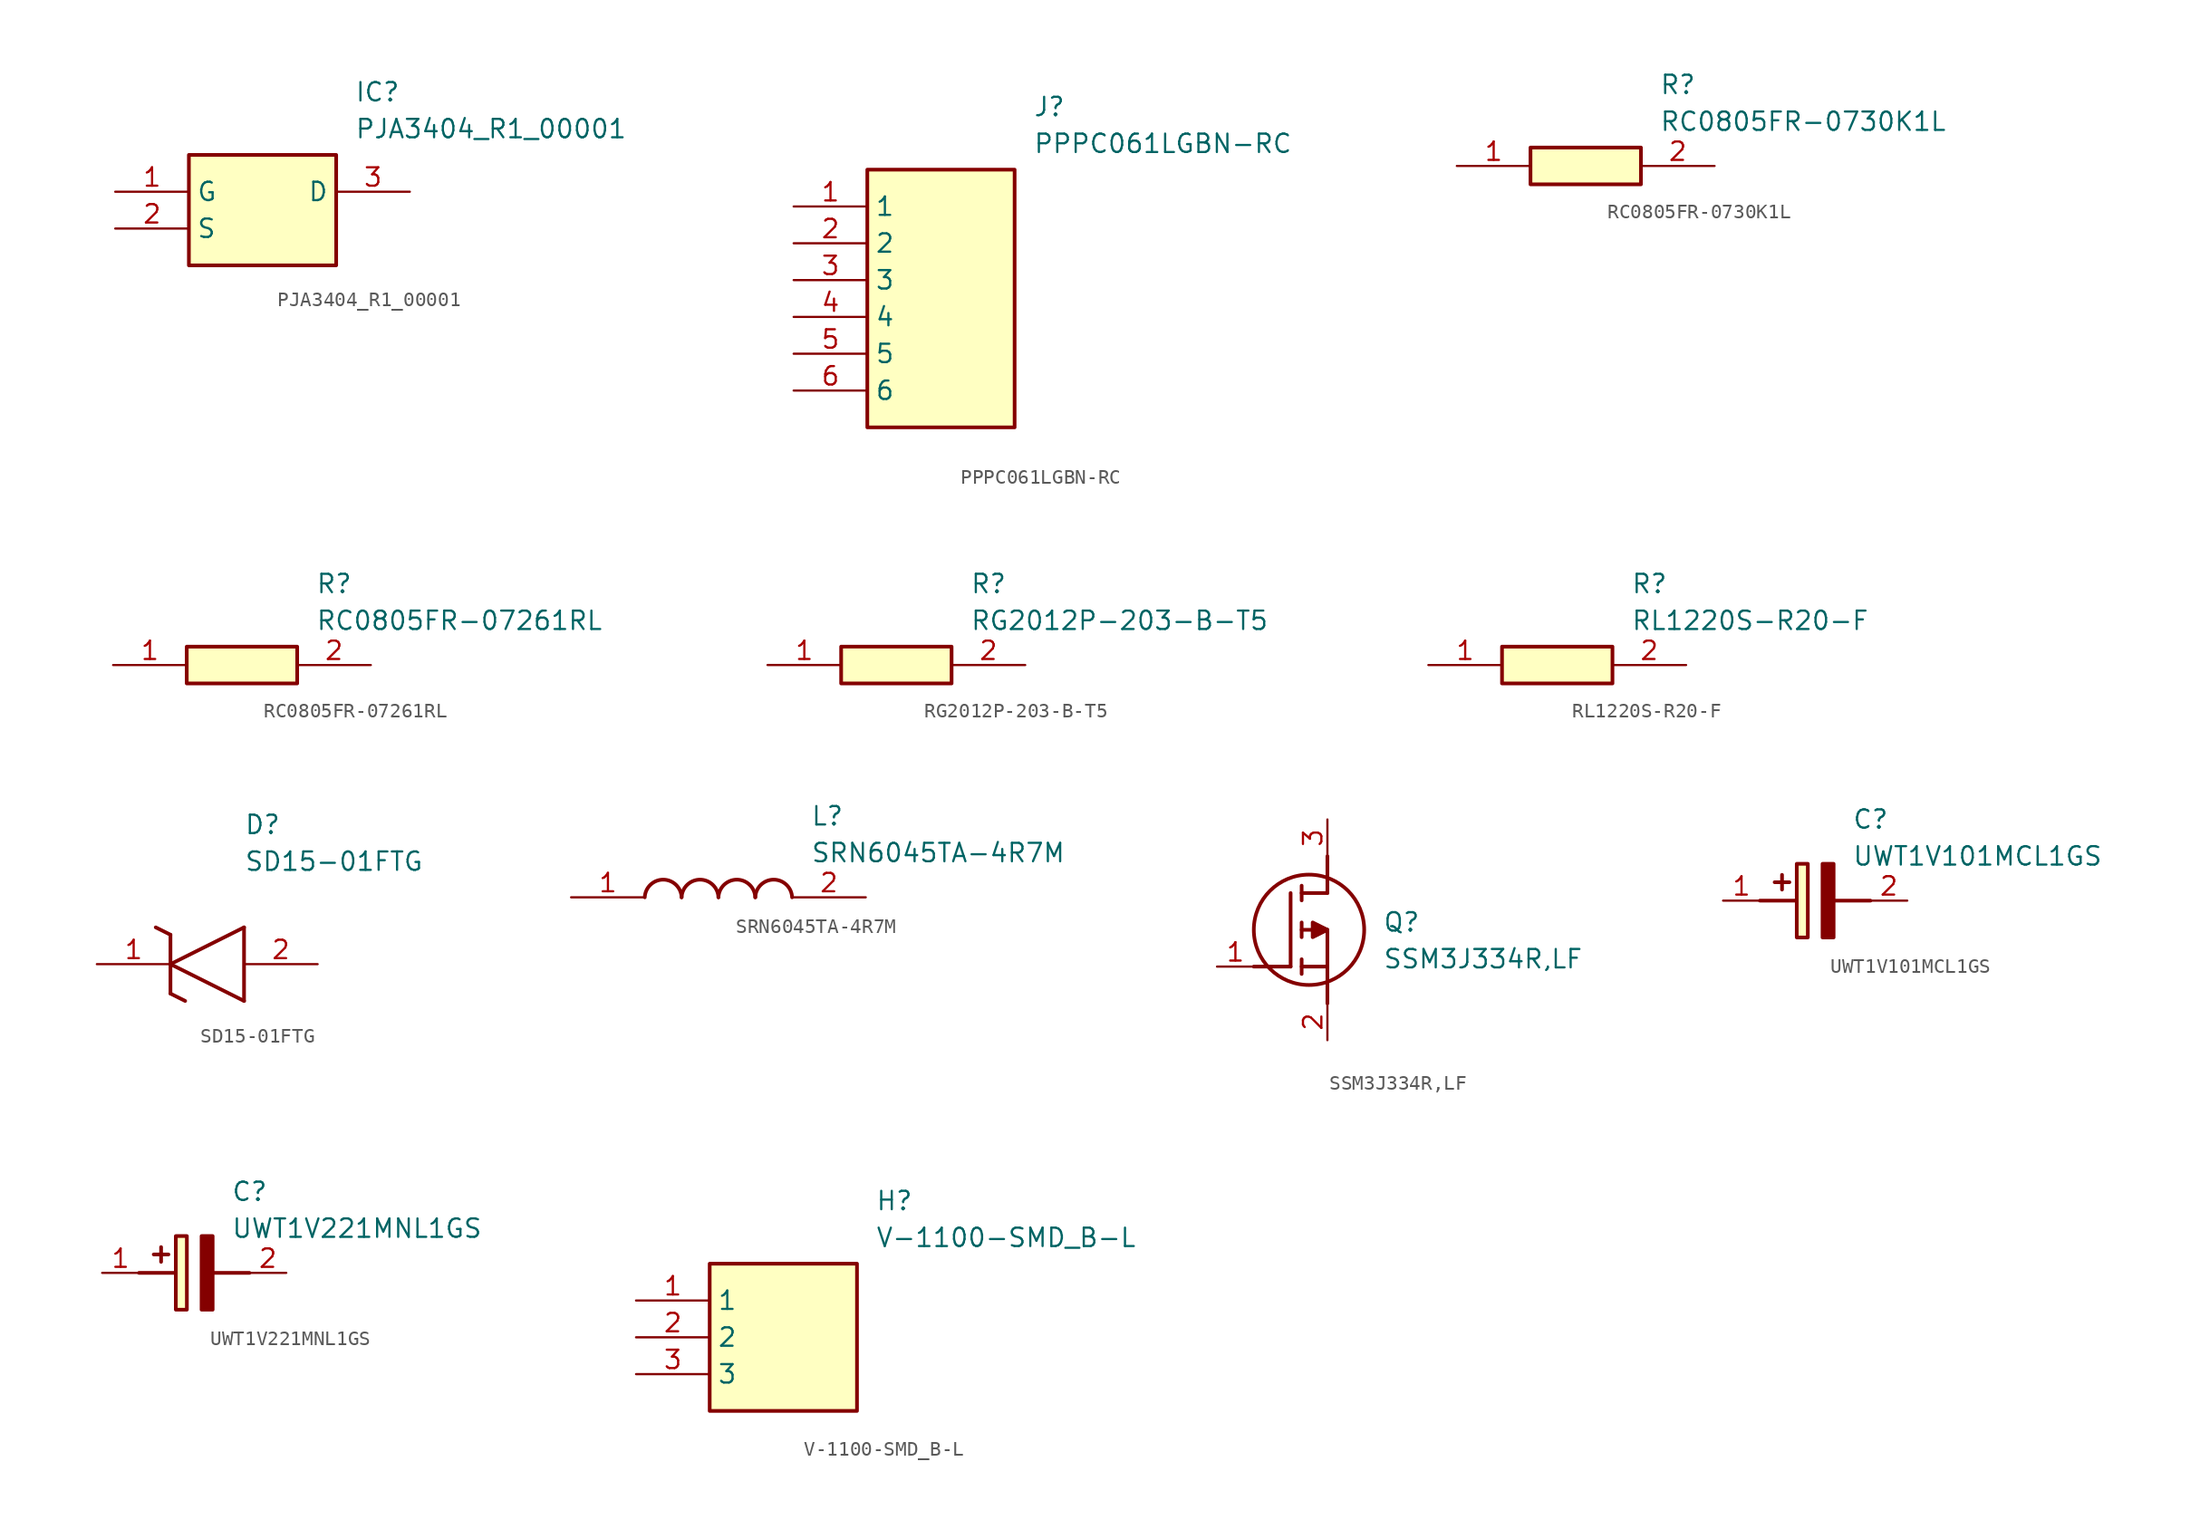
<source format=kicad_sym>
(kicad_symbol_lib
  (version 20241209)
  (generator "kicad_symbol_editor")
  (generator_version "9.0")
  (symbol "PJA3404_R1_00001"
    (property "Reference" "IC"
      (at 16.51 7.62 0)
      (effects (font (size 1.27 1.27)) (justify left top)))
    (property "Value" "PJA3404_R1_00001"
      (at 16.51 5.08 0)
      (effects (font (size 1.27 1.27)) (justify left top)))
    (symbol "PJA3404_R1_00001_1_1"
      (rectangle (start 5.08 2.54) (end 15.24 -5.08) (stroke (width 0.254) (type default)) (fill (type background)))
      (pin passive line (at 0 0 0) (length 5.08) (name "G" (effects (font (size 1.27 1.27)))) (number "1" (effects (font (size 1.27 1.27)))))
      (pin passive line (at 0 -2.54 0) (length 5.08) (name "S" (effects (font (size 1.27 1.27)))) (number "2" (effects (font (size 1.27 1.27)))))
      (pin passive line (at 20.32 0 180) (length 5.08) (name "D" (effects (font (size 1.27 1.27)))) (number "3" (effects (font (size 1.27 1.27)))))))
  (symbol "PPPC061LGBN-RC"
    (property "Reference" "J"
      (at 16.51 7.62 0)
      (effects (font (size 1.27 1.27)) (justify left top)))
    (property "Value" "PPPC061LGBN-RC"
      (at 16.51 5.08 0)
      (effects (font (size 1.27 1.27)) (justify left top)))
    (rectangle
      (start 5.08 2.54)
      (end 15.24 -15.24)
      (stroke (width 0.254) (type default))
      (fill (type background)))
    (pin passive line
      (at 0 0 0)
      (length 5.08)
      (name "1" (effects (font (size 1.27 1.27))))
      (number "1" (effects (font (size 1.27 1.27)))))
    (pin passive line
      (at 0 -2.54 0)
      (length 5.08)
      (name "2" (effects (font (size 1.27 1.27))))
      (number "2" (effects (font (size 1.27 1.27)))))
    (pin passive line
      (at 0 -5.08 0)
      (length 5.08)
      (name "3" (effects (font (size 1.27 1.27))))
      (number "3" (effects (font (size 1.27 1.27)))))
    (pin passive line
      (at 0 -7.62 0)
      (length 5.08)
      (name "4" (effects (font (size 1.27 1.27))))
      (number "4" (effects (font (size 1.27 1.27)))))
    (pin passive line
      (at 0 -10.16 0)
      (length 5.08)
      (name "5" (effects (font (size 1.27 1.27))))
      (number "5" (effects (font (size 1.27 1.27)))))
    (pin passive line
      (at 0 -12.7 0)
      (length 5.08)
      (name "6" (effects (font (size 1.27 1.27))))
      (number "6" (effects (font (size 1.27 1.27))))))
  (symbol "RC0805FR-0730K1L"
    (pin_names
      (hide yes))
    (property "Reference" "R"
      (at 13.97 6.35 0)
      (effects (font (size 1.27 1.27)) (justify left top)))
    (property "Value" "RC0805FR-0730K1L"
      (at 13.97 3.81 0)
      (effects (font (size 1.27 1.27)) (justify left top)))
    (symbol "RC0805FR-0730K1L_1_1"
      (rectangle (start 5.08 1.27) (end 12.7 -1.27) (stroke (width 0.254) (type default)) (fill (type background)))
      (pin passive line (at 0 0 0) (length 5.08) (name "1" (effects (font (size 1.27 1.27)))) (number "1" (effects (font (size 1.27 1.27)))))
      (pin passive line (at 17.78 0 180) (length 5.08) (name "2" (effects (font (size 1.27 1.27)))) (number "2" (effects (font (size 1.27 1.27)))))))
  (symbol "RC0805FR-07261RL"
    (pin_names
      (hide yes))
    (property "Reference" "R"
      (at 13.97 6.35 0)
      (effects (font (size 1.27 1.27)) (justify left top)))
    (property "Value" "RC0805FR-07261RL"
      (at 13.97 3.81 0)
      (effects (font (size 1.27 1.27)) (justify left top)))
    (symbol "RC0805FR-07261RL_1_1"
      (rectangle (start 5.08 1.27) (end 12.7 -1.27) (stroke (width 0.254) (type default)) (fill (type background)))
      (pin passive line (at 0 0 0) (length 5.08) (name "1" (effects (font (size 1.27 1.27)))) (number "1" (effects (font (size 1.27 1.27)))))
      (pin passive line (at 17.78 0 180) (length 5.08) (name "2" (effects (font (size 1.27 1.27)))) (number "2" (effects (font (size 1.27 1.27)))))))
  (symbol "RG2012P-203-B-T5"
    (pin_names
      (hide yes))
    (property "Reference" "R"
      (at 13.97 6.35 0)
      (effects (font (size 1.27 1.27)) (justify left top)))
    (property "Value" "RG2012P-203-B-T5"
      (at 13.97 3.81 0)
      (effects (font (size 1.27 1.27)) (justify left top)))
    (symbol "RG2012P-203-B-T5_1_1"
      (rectangle (start 5.08 1.27) (end 12.7 -1.27) (stroke (width 0.254) (type default)) (fill (type background)))
      (pin passive line (at 0 0 0) (length 5.08) (name "1" (effects (font (size 1.27 1.27)))) (number "1" (effects (font (size 1.27 1.27)))))
      (pin passive line (at 17.78 0 180) (length 5.08) (name "2" (effects (font (size 1.27 1.27)))) (number "2" (effects (font (size 1.27 1.27)))))))
  (symbol "RL1220S-R20-F"
    (pin_names
      (hide yes))
    (property "Reference" "R"
      (at 13.97 6.35 0)
      (effects (font (size 1.27 1.27)) (justify left top)))
    (property "Value" "RL1220S-R20-F"
      (at 13.97 3.81 0)
      (effects (font (size 1.27 1.27)) (justify left top)))
    (symbol "RL1220S-R20-F_1_1"
      (rectangle (start 5.08 1.27) (end 12.7 -1.27) (stroke (width 0.254) (type default)) (fill (type background)))
      (pin passive line (at 0 0 0) (length 5.08) (name "R1" (effects (font (size 1.27 1.27)))) (number "1" (effects (font (size 1.27 1.27)))))
      (pin passive line (at 17.78 0 180) (length 5.08) (name "R2" (effects (font (size 1.27 1.27)))) (number "2" (effects (font (size 1.27 1.27)))))))
  (symbol "SD15-01FTG"
    (pin_names
      (hide yes))
    (property "Reference" "D"
      (at 10.16 8.89 0)
      (effects (font (size 1.27 1.27)) (justify left bottom)))
    (property "Value" "SD15-01FTG"
      (at 10.16 6.35 0)
      (effects (font (size 1.27 1.27)) (justify left bottom)))
    (symbol "SD15-01FTG_1_1"
      (polyline (pts (xy 4.064 2.54) (xy 5.08 2.032)) (stroke (width 0.254) (type default)) (fill (type none)))
      (polyline (pts (xy 5.08 0) (xy 10.16 2.54)) (stroke (width 0.254) (type default)) (fill (type none)))
      (polyline (pts (xy 5.08 -2.032) (xy 5.08 2.032)) (stroke (width 0.254) (type default)) (fill (type none)))
      (polyline (pts (xy 5.08 -2.032) (xy 6.096 -2.54)) (stroke (width 0.254) (type default)) (fill (type none)))
      (polyline (pts (xy 10.16 -2.54) (xy 5.08 0)) (stroke (width 0.254) (type default)) (fill (type none)))
      (polyline (pts (xy 10.16 -2.54) (xy 10.16 2.54)) (stroke (width 0.254) (type default)) (fill (type none)))
      (pin passive line (at 0 0 0) (length 5.08) (name "K" (effects (font (size 1.27 1.27)))) (number "1" (effects (font (size 1.27 1.27)))))
      (pin passive line (at 15.24 0 180) (length 5.08) (name "A" (effects (font (size 1.27 1.27)))) (number "2" (effects (font (size 1.27 1.27)))))))
  (symbol "SRN6045TA-4R7M"
    (pin_names
      (hide yes))
    (property "Reference" "L"
      (at 16.51 6.35 0)
      (effects (font (size 1.27 1.27)) (justify left top)))
    (property "Value" "SRN6045TA-4R7M"
      (at 16.51 3.81 0)
      (effects (font (size 1.27 1.27)) (justify left top)))
    (symbol "SRN6045TA-4R7M_1_1"
      (arc (start 5.08 0) (mid 6.35 1.219) (end 7.62 0) (stroke (width 0.254) (type default)) (fill (type none)))
      (arc (start 7.62 0) (mid 8.89 1.219) (end 10.16 0) (stroke (width 0.254) (type default)) (fill (type none)))
      (arc (start 10.16 0) (mid 11.43 1.219) (end 12.7 0) (stroke (width 0.254) (type default)) (fill (type none)))
      (arc (start 12.7 0) (mid 13.97 1.219) (end 15.24 0) (stroke (width 0.254) (type default)) (fill (type none)))
      (pin passive line (at 0 0 0) (length 5.08) (name "1" (effects (font (size 1.27 1.27)))) (number "1" (effects (font (size 1.27 1.27)))))
      (pin passive line (at 20.32 0 180) (length 5.08) (name "2" (effects (font (size 1.27 1.27)))) (number "2" (effects (font (size 1.27 1.27)))))))
  (symbol "SSM3J334R,LF"
    (pin_names
      (hide yes))
    (property "Reference" "Q"
      (at 11.43 3.81 0)
      (effects (font (size 1.27 1.27)) (justify left top)))
    (property "Value" "SSM3J334R,LF"
      (at 11.43 1.27 0)
      (effects (font (size 1.27 1.27)) (justify left top)))
    (symbol "SSM3J334R,LF_1_1"
      (polyline (pts (xy 2.54 0) (xy 5.08 0)) (stroke (width 0.254) (type default)) (fill (type none)))
      (polyline (pts (xy 5.08 5.08) (xy 5.08 0)) (stroke (width 0.254) (type default)) (fill (type none)))
      (polyline (pts (xy 5.842 5.588) (xy 5.842 4.572)) (stroke (width 0.254) (type default)) (fill (type none)))
      (polyline (pts (xy 5.842 2.032) (xy 5.842 3.048)) (stroke (width 0.254) (type default)) (fill (type none)))
      (polyline (pts (xy 5.842 0) (xy 7.62 0)) (stroke (width 0.254) (type default)) (fill (type none)))
      (polyline (pts (xy 5.842 -0.508) (xy 5.842 0.508)) (stroke (width 0.254) (type default)) (fill (type none)))
      (circle (center 6.35 2.54) (radius 3.81) (stroke (width 0.254) (type default)) (fill (type none)))
      (polyline (pts (xy 7.62 5.08) (xy 5.842 5.08)) (stroke (width 0.254) (type default)) (fill (type none)))
      (polyline (pts (xy 7.62 5.08) (xy 7.62 7.62)) (stroke (width 0.254) (type default)) (fill (type none)))
      (polyline (pts (xy 7.62 2.54) (xy 5.842 2.54)) (stroke (width 0.254) (type default)) (fill (type none)))
      (polyline (pts (xy 7.62 2.54) (xy 7.62 -2.54)) (stroke (width 0.254) (type default)) (fill (type none)))
      (polyline (pts (xy 7.62 2.54) (xy 6.604 3.048) (xy 6.604 2.032) (xy 7.62 2.54)) (stroke (width 0.254) (type default)) (fill (type outline)))
      (pin passive line (at 0 0 0) (length 2.54) (name "G" (effects (font (size 1.27 1.27)))) (number "1" (effects (font (size 1.27 1.27)))))
      (pin passive line (at 7.62 10.16 270) (length 2.54) (name "D" (effects (font (size 1.27 1.27)))) (number "3" (effects (font (size 1.27 1.27)))))
      (pin passive line (at 7.62 -5.08 90) (length 2.54) (name "S" (effects (font (size 1.27 1.27)))) (number "2" (effects (font (size 1.27 1.27)))))))
  (symbol "UWT1V101MCL1GS"
    (pin_names
      (hide yes))
    (property "Reference" "C"
      (at 8.89 6.35 0)
      (effects (font (size 1.27 1.27)) (justify left top)))
    (property "Value" "UWT1V101MCL1GS"
      (at 8.89 3.81 0)
      (effects (font (size 1.27 1.27)) (justify left top)))
    (symbol "UWT1V101MCL1GS_1_1"
      (polyline (pts (xy 2.54 0) (xy 5.08 0)) (stroke (width 0.254) (type default)) (fill (type none)))
      (polyline (pts (xy 4.064 1.778) (xy 4.064 0.762)) (stroke (width 0.254) (type default)) (fill (type none)))
      (polyline (pts (xy 4.572 1.27) (xy 3.556 1.27)) (stroke (width 0.254) (type default)) (fill (type none)))
      (rectangle (start 5.08 2.54) (end 5.842 -2.54) (stroke (width 0.254) (type default)) (fill (type background)))
      (polyline (pts (xy 7.62 2.54) (xy 7.62 -2.54) (xy 6.858 -2.54) (xy 6.858 2.54) (xy 7.62 2.54)) (stroke (width 0.254) (type default)) (fill (type outline)))
      (polyline (pts (xy 7.62 0) (xy 10.16 0)) (stroke (width 0.254) (type default)) (fill (type none)))
      (pin passive line (at 0 0 0) (length 2.54) (name "+" (effects (font (size 1.27 1.27)))) (number "1" (effects (font (size 1.27 1.27)))))
      (pin passive line (at 12.7 0 180) (length 2.54) (name "-" (effects (font (size 1.27 1.27)))) (number "2" (effects (font (size 1.27 1.27)))))))
  (symbol "UWT1V221MNL1GS"
    (pin_names
      (hide yes))
    (property "Reference" "C"
      (at 8.89 6.35 0)
      (effects (font (size 1.27 1.27)) (justify left top)))
    (property "Value" "UWT1V221MNL1GS"
      (at 8.89 3.81 0)
      (effects (font (size 1.27 1.27)) (justify left top)))
    (symbol "UWT1V221MNL1GS_1_1"
      (polyline (pts (xy 2.54 0) (xy 5.08 0)) (stroke (width 0.254) (type default)) (fill (type none)))
      (polyline (pts (xy 4.064 1.778) (xy 4.064 0.762)) (stroke (width 0.254) (type default)) (fill (type none)))
      (polyline (pts (xy 4.572 1.27) (xy 3.556 1.27)) (stroke (width 0.254) (type default)) (fill (type none)))
      (rectangle (start 5.08 2.54) (end 5.842 -2.54) (stroke (width 0.254) (type default)) (fill (type background)))
      (polyline (pts (xy 7.62 2.54) (xy 7.62 -2.54) (xy 6.858 -2.54) (xy 6.858 2.54) (xy 7.62 2.54)) (stroke (width 0.254) (type default)) (fill (type outline)))
      (polyline (pts (xy 7.62 0) (xy 10.16 0)) (stroke (width 0.254) (type default)) (fill (type none)))
      (pin passive line (at 0 0 0) (length 2.54) (name "+" (effects (font (size 1.27 1.27)))) (number "1" (effects (font (size 1.27 1.27)))))
      (pin passive line (at 12.7 0 180) (length 2.54) (name "-" (effects (font (size 1.27 1.27)))) (number "2" (effects (font (size 1.27 1.27)))))))
  (symbol "V-1100-SMD_B-L"
    (property "Reference" "H"
      (at 16.51 7.62 0)
      (effects (font (size 1.27 1.27)) (justify left top)))
    (property "Value" "V-1100-SMD_B-L"
      (at 16.51 5.08 0)
      (effects (font (size 1.27 1.27)) (justify left top)))
    (rectangle
      (start 5.08 2.54)
      (end 15.24 -7.62)
      (stroke (width 0.254) (type default))
      (fill (type background)))
    (pin passive line
      (at 0 0 0)
      (length 5.08)
      (name "1" (effects (font (size 1.27 1.27))))
      (number "1" (effects (font (size 1.27 1.27)))))
    (pin passive line
      (at 0 -2.54 0)
      (length 5.08)
      (name "2" (effects (font (size 1.27 1.27))))
      (number "2" (effects (font (size 1.27 1.27)))))
    (pin passive line
      (at 0 -5.08 0)
      (length 5.08)
      (name "3" (effects (font (size 1.27 1.27))))
      (number "3" (effects (font (size 1.27 1.27)))))))
</source>
